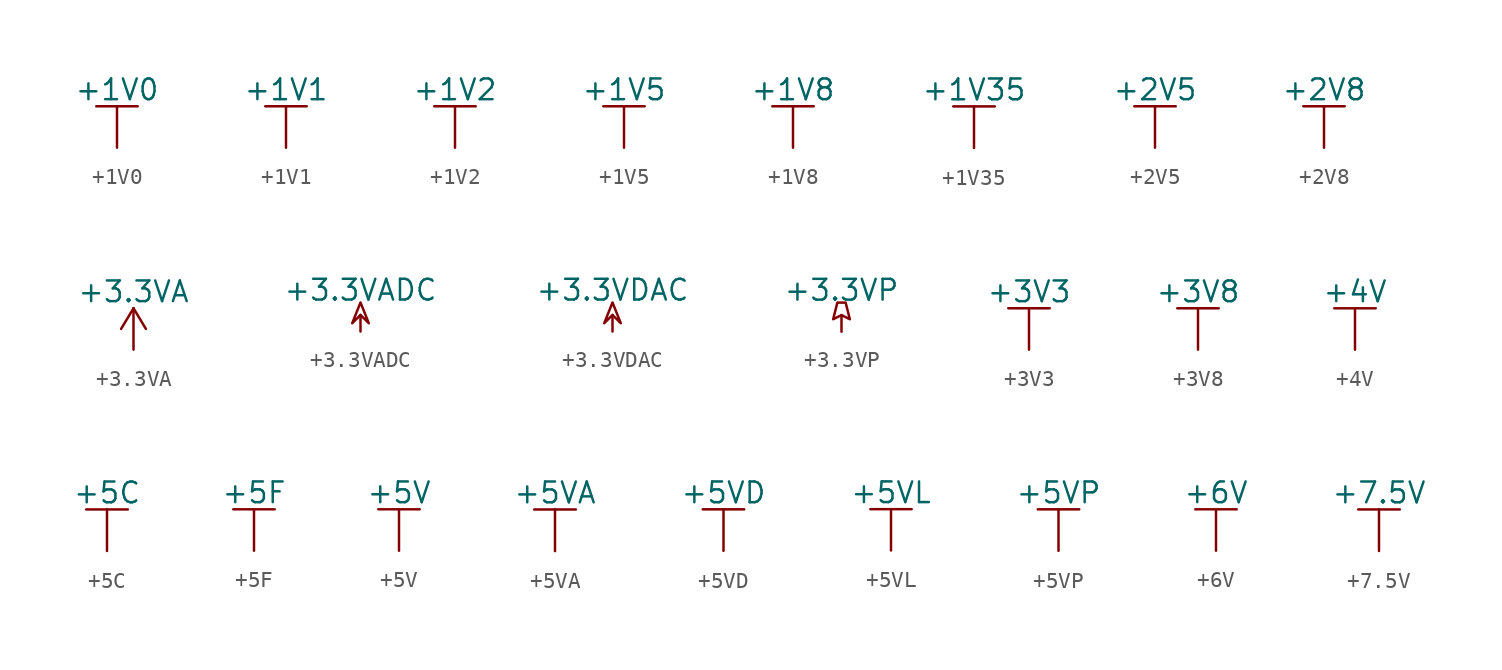
<source format=kicad_sym>
(kicad_symbol_lib
  (version 20220914)
  (generator kicad_symbol_editor)
  (symbol "+1V0"
    (power)
    (pin_names
      (offset 0))
    (property "Reference" "#PWR"
      (at 0 -3.81 0)
      (effects (font (size 1.27 1.27)) hide))
    (property "Value" "+1V0"
      (at 0 3.556 0)
      (effects (font (size 1.27 1.27))))
    (symbol "+1V0_0_1"
      (polyline (pts (xy -1.27 2.54) (xy 1.27 2.54)) (stroke (width 0) (type solid)) (fill (type none)))
      (polyline (pts (xy 0 0) (xy 0 2.54)) (stroke (width 0) (type solid)) (fill (type none))))
    (symbol "+1V0_1_1"
      (pin power_in line (at 0 0 90) (length 0) hide (name "+1V0" (effects (font (size 1.27 1.27)))) (number "1" (effects (font (size 1.27 1.27)))))))
  (symbol "+1V1"
    (power)
    (pin_names
      (offset 0))
    (property "Reference" "#PWR"
      (at 0 -3.81 0)
      (effects (font (size 1.27 1.27)) hide))
    (property "Value" "+1V1"
      (at 0 3.556 0)
      (effects (font (size 1.27 1.27))))
    (symbol "+1V1_0_1"
      (polyline (pts (xy -1.27 2.54) (xy 1.27 2.54)) (stroke (width 0) (type solid)) (fill (type none)))
      (polyline (pts (xy 0 2.54) (xy 0 0)) (stroke (width 0) (type solid)) (fill (type none))))
    (symbol "+1V1_1_1"
      (pin power_in line (at 0 0 90) (length 0) hide (name "+1V1" (effects (font (size 1.27 1.27)))) (number "1" (effects (font (size 1.27 1.27)))))))
  (symbol "+1V2"
    (power)
    (pin_names
      (offset 0))
    (property "Reference" "#PWR"
      (at 0 -3.81 0)
      (effects (font (size 1.27 1.27)) hide))
    (property "Value" "+1V2"
      (at 0 3.556 0)
      (effects (font (size 1.27 1.27))))
    (symbol "+1V2_0_1"
      (polyline (pts (xy -1.27 2.54) (xy 1.27 2.54)) (stroke (width 0) (type solid)) (fill (type none)))
      (polyline (pts (xy 0 0) (xy 0 2.54)) (stroke (width 0) (type solid)) (fill (type none))))
    (symbol "+1V2_1_1"
      (pin power_in line (at 0 0 90) (length 0) hide (name "+1V2" (effects (font (size 1.27 1.27)))) (number "1" (effects (font (size 1.27 1.27)))))))
  (symbol "+1V5"
    (power)
    (pin_names
      (offset 0))
    (property "Reference" "#PWR"
      (at 0 -3.81 0)
      (effects (font (size 1.27 1.27)) hide))
    (property "Value" "+1V5"
      (at 0 3.556 0)
      (effects (font (size 1.27 1.27))))
    (symbol "+1V5_0_1"
      (polyline (pts (xy -1.27 2.54) (xy 1.27 2.54)) (stroke (width 0) (type solid)) (fill (type none)))
      (polyline (pts (xy 0 0) (xy 0 2.54)) (stroke (width 0) (type solid)) (fill (type none))))
    (symbol "+1V5_1_1"
      (pin power_in line (at 0 0 90) (length 0) hide (name "+1V5" (effects (font (size 1.27 1.27)))) (number "1" (effects (font (size 1.27 1.27)))))))
  (symbol "+1V8"
    (power)
    (pin_names
      (offset 0))
    (property "Reference" "#PWR"
      (at 0 -3.81 0)
      (effects (font (size 1.27 1.27)) hide))
    (property "Value" "+1V8"
      (at 0 3.556 0)
      (effects (font (size 1.27 1.27))))
    (symbol "+1V8_0_1"
      (polyline (pts (xy -1.27 2.54) (xy 1.27 2.54)) (stroke (width 0) (type solid)) (fill (type none)))
      (polyline (pts (xy 0 0) (xy 0 2.54)) (stroke (width 0) (type solid)) (fill (type none))))
    (symbol "+1V8_1_1"
      (pin power_in line (at 0 0 90) (length 0) hide (name "+1V8" (effects (font (size 1.27 1.27)))) (number "1" (effects (font (size 1.27 1.27)))))))
  (symbol "+1V35"
    (power)
    (pin_names
      (offset 0))
    (property "Reference" "#PWR"
      (at 0 -3.81 0)
      (effects (font (size 1.27 1.27)) hide))
    (property "Value" "+1V35"
      (at 0 3.556 0)
      (effects (font (size 1.27 1.27))))
    (symbol "+1V35_0_1"
      (polyline (pts (xy -1.27 2.54) (xy 1.27 2.54)) (stroke (width 0) (type solid)) (fill (type none)))
      (polyline (pts (xy 0 0) (xy 0 2.54)) (stroke (width 0) (type solid)) (fill (type none))))
    (symbol "+1V35_1_1"
      (pin power_in line (at 0 0 90) (length 0) hide (name "+1V35" (effects (font (size 1.27 1.27)))) (number "1" (effects (font (size 1.27 1.27)))))))
  (symbol "+2V5"
    (power)
    (pin_names
      (offset 0))
    (property "Reference" "#PWR"
      (at 0 -3.81 0)
      (effects (font (size 1.27 1.27)) hide))
    (property "Value" "+2V5"
      (at 0 3.556 0)
      (effects (font (size 1.27 1.27))))
    (symbol "+2V5_0_1"
      (polyline (pts (xy -1.27 2.54) (xy 1.27 2.54)) (stroke (width 0) (type solid)) (fill (type none)))
      (polyline (pts (xy 0 0) (xy 0 2.54)) (stroke (width 0) (type solid)) (fill (type none))))
    (symbol "+2V5_1_1"
      (pin power_in line (at 0 0 90) (length 0) hide (name "+2V5" (effects (font (size 1.27 1.27)))) (number "1" (effects (font (size 1.27 1.27)))))))
  (symbol "+2V8"
    (power)
    (pin_names
      (offset 0))
    (property "Reference" "#PWR"
      (at 0 -3.81 0)
      (effects (font (size 1.27 1.27)) hide))
    (property "Value" "+2V8"
      (at 0 3.556 0)
      (effects (font (size 1.27 1.27))))
    (symbol "+2V8_0_1"
      (polyline (pts (xy -1.27 2.54) (xy 1.27 2.54)) (stroke (width 0) (type solid)) (fill (type none)))
      (polyline (pts (xy 0 0) (xy 0 2.54)) (stroke (width 0) (type solid)) (fill (type none))))
    (symbol "+2V8_1_1"
      (pin power_in line (at 0 0 90) (length 0) hide (name "+2V8" (effects (font (size 1.27 1.27)))) (number "1" (effects (font (size 1.27 1.27)))))))
  (symbol "+3.3VA"
    (power)
    (pin_names
      (offset 0))
    (property "Reference" "#PWR"
      (at 0 -3.81 0)
      (effects (font (size 1.27 1.27)) hide))
    (property "Value" "+3.3VA"
      (at 0 3.556 0)
      (effects (font (size 1.27 1.27))))
    (symbol "+3.3VA_0_1"
      (polyline (pts (xy -0.762 1.27) (xy 0 2.54)) (stroke (width 0) (type solid)) (fill (type none)))
      (polyline (pts (xy 0 0) (xy 0 2.54)) (stroke (width 0) (type solid)) (fill (type none)))
      (polyline (pts (xy 0 2.54) (xy 0.762 1.27)) (stroke (width 0) (type solid)) (fill (type none))))
    (symbol "+3.3VA_1_1"
      (pin power_in line (at 0 0 90) (length 0) hide (name "+3.3VA" (effects (font (size 1.27 1.27)))) (number "1" (effects (font (size 1.27 1.27)))))))
  (symbol "+3.3VADC"
    (power)
    (pin_names
      (offset 0))
    (property "Reference" "#PWR"
      (at 3.81 -1.27 0)
      (effects (font (size 1.27 1.27)) hide))
    (property "Value" "+3.3VADC"
      (at 0 2.54 0)
      (effects (font (size 1.27 1.27))))
    (symbol "+3.3VADC_0_0"
      (pin power_in line (at 0 0 90) (length 0) hide (name "+3.3VADC" (effects (font (size 1.27 1.27)))) (number "1" (effects (font (size 1.27 1.27))))))
    (symbol "+3.3VADC_0_1"
      (polyline (pts (xy 0 0) (xy 0 1.016) (xy 0 1.016)) (stroke (width 0) (type solid)) (fill (type none)))
      (polyline (pts (xy 0 1.016) (xy 0.508 0.508) (xy 0 1.778) (xy -0.508 0.508) (xy 0 1.016) (xy 0 1.016)) (stroke (width 0) (type solid)) (fill (type none)))))
  (symbol "+3.3VDAC"
    (power)
    (pin_names
      (offset 0))
    (property "Reference" "#PWR"
      (at 3.81 -1.27 0)
      (effects (font (size 1.27 1.27)) hide))
    (property "Value" "+3.3VDAC"
      (at 0 2.54 0)
      (effects (font (size 1.27 1.27))))
    (symbol "+3.3VDAC_0_0"
      (pin power_in line (at 0 0 90) (length 0) hide (name "+3.3VDAC" (effects (font (size 1.27 1.27)))) (number "1" (effects (font (size 1.27 1.27))))))
    (symbol "+3.3VDAC_0_1"
      (polyline (pts (xy 0 0) (xy 0 1.016) (xy 0 1.016)) (stroke (width 0) (type solid)) (fill (type none)))
      (polyline (pts (xy 0 1.016) (xy 0.508 0.508) (xy 0 1.778) (xy -0.508 0.508) (xy 0 1.016) (xy 0 1.016)) (stroke (width 0) (type solid)) (fill (type none)))))
  (symbol "+3.3VP"
    (power)
    (pin_names
      (offset 0))
    (property "Reference" "#PWR"
      (at 3.81 -1.27 0)
      (effects (font (size 1.27 1.27)) hide))
    (property "Value" "+3.3VP"
      (at 0 2.54 0)
      (effects (font (size 1.27 1.27))))
    (symbol "+3.3VP_0_0"
      (pin power_in line (at 0 0 90) (length 0) hide (name "+3.3VP" (effects (font (size 1.27 1.27)))) (number "1" (effects (font (size 1.27 1.27))))))
    (symbol "+3.3VP_0_1"
      (polyline (pts (xy 0 0) (xy 0 1.016) (xy 0 1.016)) (stroke (width 0) (type solid)) (fill (type none)))
      (polyline (pts (xy 0.508 0.762) (xy 0 1.016) (xy -0.508 0.762) (xy -0.254 1.778) (xy 0.254 1.778) (xy 0.508 0.762) (xy 0.508 0.762)) (stroke (width 0) (type solid)) (fill (type none)))))
  (symbol "+3V3"
    (power)
    (pin_names
      (offset 0))
    (property "Reference" "#PWR"
      (at 0 -3.81 0)
      (effects (font (size 1.27 1.27)) hide))
    (property "Value" "+3V3"
      (at 0 3.556 0)
      (effects (font (size 1.27 1.27))))
    (symbol "+3V3_0_1"
      (polyline (pts (xy -1.27 2.54) (xy 1.27 2.54)) (stroke (width 0) (type solid)) (fill (type none)))
      (polyline (pts (xy 0 0) (xy 0 2.54)) (stroke (width 0) (type solid)) (fill (type none))))
    (symbol "+3V3_1_1"
      (pin power_in line (at 0 0 90) (length 0) hide (name "+3V3" (effects (font (size 1.27 1.27)))) (number "1" (effects (font (size 1.27 1.27)))))))
  (symbol "+3V8"
    (power)
    (pin_names
      (offset 0))
    (property "Reference" "#PWR"
      (at 0 -3.81 0)
      (effects (font (size 1.27 1.27)) hide))
    (property "Value" "+3V8"
      (at 0 3.556 0)
      (effects (font (size 1.27 1.27))))
    (symbol "+3V8_0_1"
      (polyline (pts (xy -1.27 2.54) (xy 1.27 2.54)) (stroke (width 0) (type solid)) (fill (type none)))
      (polyline (pts (xy 0 0) (xy 0 2.54)) (stroke (width 0) (type solid)) (fill (type none))))
    (symbol "+3V8_1_1"
      (pin power_in line (at 0 0 90) (length 0) hide (name "+3V8" (effects (font (size 1.27 1.27)))) (number "1" (effects (font (size 1.27 1.27)))))))
  (symbol "+4V"
    (power)
    (pin_names
      (offset 0))
    (property "Reference" "#PWR"
      (at 0 -3.81 0)
      (effects (font (size 1.27 1.27)) hide))
    (property "Value" "+4V"
      (at 0 3.556 0)
      (effects (font (size 1.27 1.27))))
    (symbol "+4V_0_1"
      (polyline (pts (xy -1.27 2.54) (xy 1.27 2.54)) (stroke (width 0) (type solid)) (fill (type none)))
      (polyline (pts (xy 0 0) (xy 0 2.54)) (stroke (width 0) (type solid)) (fill (type none))))
    (symbol "+4V_1_1"
      (pin power_in line (at 0 0 90) (length 0) hide (name "+4V" (effects (font (size 1.27 1.27)))) (number "1" (effects (font (size 1.27 1.27)))))))
  (symbol "+5C"
    (power)
    (pin_names
      (offset 0))
    (property "Reference" "#PWR"
      (at 0 -3.81 0)
      (effects (font (size 1.27 1.27)) hide))
    (property "Value" "+5C"
      (at 0 3.556 0)
      (effects (font (size 1.27 1.27))))
    (symbol "+5C_0_1"
      (polyline (pts (xy -1.27 2.54) (xy 1.27 2.54)) (stroke (width 0) (type solid)) (fill (type none)))
      (polyline (pts (xy 0 0) (xy 0 2.54)) (stroke (width 0) (type solid)) (fill (type none))))
    (symbol "+5C_1_1"
      (pin power_in line (at 0 0 90) (length 0) hide (name "+5C" (effects (font (size 1.27 1.27)))) (number "1" (effects (font (size 1.27 1.27)))))))
  (symbol "+5F"
    (power)
    (pin_names
      (offset 0))
    (property "Reference" "#PWR"
      (at 0 -3.81 0)
      (effects (font (size 1.27 1.27)) hide))
    (property "Value" "+5F"
      (at 0 3.556 0)
      (effects (font (size 1.27 1.27))))
    (symbol "+5F_0_1"
      (polyline (pts (xy -1.27 2.54) (xy 1.27 2.54)) (stroke (width 0) (type solid)) (fill (type none)))
      (polyline (pts (xy 0 0) (xy 0 2.54)) (stroke (width 0) (type solid)) (fill (type none))))
    (symbol "+5F_1_1"
      (pin power_in line (at 0 0 90) (length 0) hide (name "+5F" (effects (font (size 1.27 1.27)))) (number "1" (effects (font (size 1.27 1.27)))))))
  (symbol "+5V"
    (power)
    (pin_names
      (offset 0))
    (property "Reference" "#PWR"
      (at 0 -3.81 0)
      (effects (font (size 1.27 1.27)) hide))
    (property "Value" "+5V"
      (at 0 3.556 0)
      (effects (font (size 1.27 1.27))))
    (symbol "+5V_0_1"
      (polyline (pts (xy -1.27 2.54) (xy 1.27 2.54)) (stroke (width 0) (type solid)) (fill (type none)))
      (polyline (pts (xy 0 0) (xy 0 2.54)) (stroke (width 0) (type solid)) (fill (type none))))
    (symbol "+5V_1_1"
      (pin power_in line (at 0 0 90) (length 0) hide (name "+5V" (effects (font (size 1.27 1.27)))) (number "1" (effects (font (size 1.27 1.27)))))))
  (symbol "+5VA"
    (power)
    (pin_names
      (offset 0))
    (property "Reference" "#PWR"
      (at 0 -3.81 0)
      (effects (font (size 1.27 1.27)) hide))
    (property "Value" "+5VA"
      (at 0 3.556 0)
      (effects (font (size 1.27 1.27))))
    (symbol "+5VA_0_1"
      (polyline (pts (xy -1.27 2.54) (xy 1.27 2.54)) (stroke (width 0) (type solid)) (fill (type none)))
      (polyline (pts (xy 0 0) (xy 0 2.54)) (stroke (width 0) (type solid)) (fill (type none))))
    (symbol "+5VA_1_1"
      (pin power_in line (at 0 0 90) (length 0) hide (name "+5VA" (effects (font (size 1.27 1.27)))) (number "1" (effects (font (size 1.27 1.27)))))))
  (symbol "+5VD"
    (power)
    (pin_names
      (offset 0))
    (property "Reference" "#PWR"
      (at 0 -3.81 0)
      (effects (font (size 1.27 1.27)) hide))
    (property "Value" "+5VD"
      (at 0 3.556 0)
      (effects (font (size 1.27 1.27))))
    (symbol "+5VD_0_1"
      (polyline (pts (xy -1.27 2.54) (xy 1.27 2.54)) (stroke (width 0) (type solid)) (fill (type none)))
      (polyline (pts (xy 0 0) (xy 0 2.54)) (stroke (width 0) (type solid)) (fill (type none))))
    (symbol "+5VD_1_1"
      (pin power_in line (at 0 0 90) (length 0) hide (name "+5VD" (effects (font (size 1.27 1.27)))) (number "1" (effects (font (size 1.27 1.27)))))))
  (symbol "+5VL"
    (power)
    (pin_names
      (offset 0))
    (property "Reference" "#PWR"
      (at 0 -3.81 0)
      (effects (font (size 1.27 1.27)) hide))
    (property "Value" "+5VL"
      (at 0 3.556 0)
      (effects (font (size 1.27 1.27))))
    (symbol "+5VL_0_1"
      (polyline (pts (xy -1.27 2.54) (xy 1.27 2.54)) (stroke (width 0) (type solid)) (fill (type none)))
      (polyline (pts (xy 0 0) (xy 0 2.54)) (stroke (width 0) (type solid)) (fill (type none))))
    (symbol "+5VL_1_1"
      (pin power_in line (at 0 0 90) (length 0) hide (name "+5VL" (effects (font (size 1.27 1.27)))) (number "1" (effects (font (size 1.27 1.27)))))))
  (symbol "+5VP"
    (power)
    (pin_names
      (offset 0))
    (property "Reference" "#PWR"
      (at 0 -3.81 0)
      (effects (font (size 1.27 1.27)) hide))
    (property "Value" "+5VP"
      (at 0 3.556 0)
      (effects (font (size 1.27 1.27))))
    (symbol "+5VP_0_1"
      (polyline (pts (xy -1.27 2.54) (xy 1.27 2.54)) (stroke (width 0) (type solid)) (fill (type none)))
      (polyline (pts (xy 0 0) (xy 0 2.54)) (stroke (width 0) (type solid)) (fill (type none))))
    (symbol "+5VP_1_1"
      (pin power_in line (at 0 0 90) (length 0) hide (name "+5VP" (effects (font (size 1.27 1.27)))) (number "1" (effects (font (size 1.27 1.27)))))))
  (symbol "+6V"
    (power)
    (pin_names
      (offset 0))
    (property "Reference" "#PWR"
      (at 0 -3.81 0)
      (effects (font (size 1.27 1.27)) hide))
    (property "Value" "+6V"
      (at 0 3.556 0)
      (effects (font (size 1.27 1.27))))
    (symbol "+6V_0_1"
      (polyline (pts (xy -1.27 2.54) (xy 1.27 2.54)) (stroke (width 0) (type solid)) (fill (type none)))
      (polyline (pts (xy 0 0) (xy 0 2.54)) (stroke (width 0) (type solid)) (fill (type none))))
    (symbol "+6V_1_1"
      (pin power_in line (at 0 0 90) (length 0) hide (name "+6V" (effects (font (size 1.27 1.27)))) (number "1" (effects (font (size 1.27 1.27)))))))
  (symbol "+7.5V"
    (power)
    (pin_names
      (offset 0))
    (property "Reference" "#PWR"
      (at 0 -3.81 0)
      (effects (font (size 1.27 1.27)) hide))
    (property "Value" "+7.5V"
      (at 0 3.556 0)
      (effects (font (size 1.27 1.27))))
    (symbol "+7.5V_0_1"
      (polyline (pts (xy -1.27 2.54) (xy 1.27 2.54)) (stroke (width 0) (type solid)) (fill (type none)))
      (polyline (pts (xy 0 0) (xy 0 2.54)) (stroke (width 0) (type solid)) (fill (type none))))
    (symbol "+7.5V_1_1"
      (pin power_in line (at 0 0 90) (length 0) hide (name "+7.5V" (effects (font (size 1.27 1.27)))) (number "1" (effects (font (size 1.27 1.27))))))))
</source>
